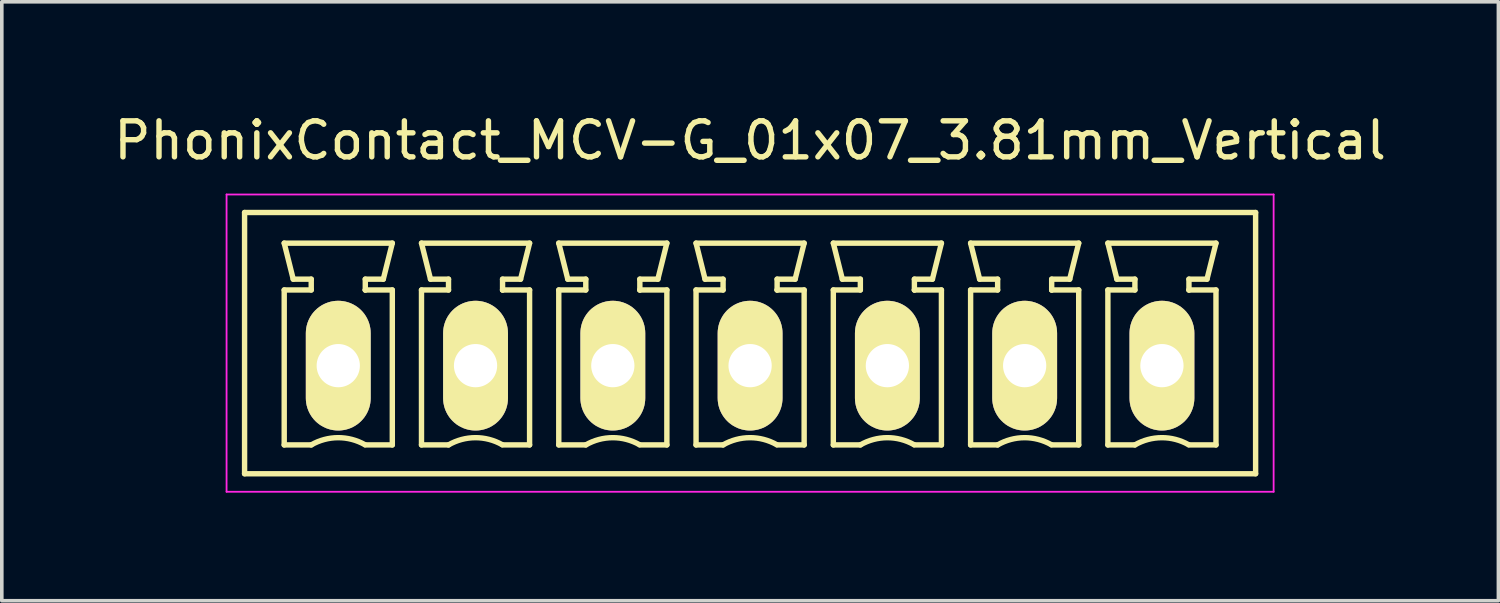
<source format=kicad_pcb>
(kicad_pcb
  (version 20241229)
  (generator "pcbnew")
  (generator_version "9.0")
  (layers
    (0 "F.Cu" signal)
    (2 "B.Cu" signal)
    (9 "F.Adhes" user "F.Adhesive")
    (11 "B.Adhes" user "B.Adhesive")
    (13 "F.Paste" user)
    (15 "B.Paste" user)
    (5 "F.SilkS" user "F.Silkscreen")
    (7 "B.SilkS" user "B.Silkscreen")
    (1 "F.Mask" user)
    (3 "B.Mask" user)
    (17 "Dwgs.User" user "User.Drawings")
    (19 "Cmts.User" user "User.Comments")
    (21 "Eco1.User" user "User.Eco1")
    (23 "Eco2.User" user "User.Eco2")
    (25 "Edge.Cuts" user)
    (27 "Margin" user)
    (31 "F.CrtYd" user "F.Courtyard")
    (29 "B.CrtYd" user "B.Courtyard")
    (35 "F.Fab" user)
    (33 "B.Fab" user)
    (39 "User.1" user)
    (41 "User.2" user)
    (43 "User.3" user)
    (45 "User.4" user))
  (footprint "PhonixContact_MCV-G_01x07_3.81mm_Vertical"
    (layer "F.Cu")
    (at 6.338 7.098)
    (property "Reference" "PhonixContact_MCV-G_01x07_3.81mm_Vertical" (at 11.43 -6.25 0) (layer "F.SilkS") (effects (font (size 1 1) (thickness 0.15))))
    (attr through_hole)
    (fp_line (start -2.6 -4.25) (end -2.6 3) (stroke (width 0.15) (type solid)) (layer "F.SilkS"))
    (fp_line (start -2.6 3) (end 25.46 3) (stroke (width 0.15) (type solid)) (layer "F.SilkS"))
    (fp_line (start -1.5 -3.4) (end 1.5 -3.4) (stroke (width 0.15) (type solid)) (layer "F.SilkS"))
    (fp_line (start -1.5 -2.1) (end -0.75 -2.1) (stroke (width 0.15) (type solid)) (layer "F.SilkS"))
    (fp_line (start -1.5 2.2) (end -1.5 -2.1) (stroke (width 0.15) (type solid)) (layer "F.SilkS"))
    (fp_line (start -1.25 -2.4) (end -1.5 -3.4) (stroke (width 0.15) (type solid)) (layer "F.SilkS"))
    (fp_line (start -0.75 -2.4) (end -1.25 -2.4) (stroke (width 0.15) (type solid)) (layer "F.SilkS"))
    (fp_line (start -0.75 -2.1) (end -0.75 -2.4) (stroke (width 0.15) (type solid)) (layer "F.SilkS"))
    (fp_line (start -0.75 2.2) (end -1.5 2.2) (stroke (width 0.15) (type solid)) (layer "F.SilkS"))
    (fp_line (start 0.75 -2.4) (end 0.75 -2.1) (stroke (width 0.15) (type solid)) (layer "F.SilkS"))
    (fp_line (start 0.75 -2.1) (end 0.75 -2.1) (stroke (width 0.15) (type solid)) (layer "F.SilkS"))
    (fp_line (start 0.75 -2.1) (end 1.5 -2.1) (stroke (width 0.15) (type solid)) (layer "F.SilkS"))
    (fp_line (start 1.25 -2.4) (end 0.75 -2.4) (stroke (width 0.15) (type solid)) (layer "F.SilkS"))
    (fp_line (start 1.5 -3.4) (end 1.25 -2.4) (stroke (width 0.15) (type solid)) (layer "F.SilkS"))
    (fp_line (start 1.5 -2.1) (end 1.5 2.2) (stroke (width 0.15) (type solid)) (layer "F.SilkS"))
    (fp_line (start 1.5 2.2) (end 0.75 2.2) (stroke (width 0.15) (type solid)) (layer "F.SilkS"))
    (fp_line (start 2.31 -3.4) (end 5.31 -3.4) (stroke (width 0.15) (type solid)) (layer "F.SilkS"))
    (fp_line (start 2.31 -2.1) (end 3.06 -2.1) (stroke (width 0.15) (type solid)) (layer "F.SilkS"))
    (fp_line (start 2.31 2.2) (end 2.31 -2.1) (stroke (width 0.15) (type solid)) (layer "F.SilkS"))
    (fp_line (start 2.56 -2.4) (end 2.31 -3.4) (stroke (width 0.15) (type solid)) (layer "F.SilkS"))
    (fp_line (start 3.06 -2.4) (end 2.56 -2.4) (stroke (width 0.15) (type solid)) (layer "F.SilkS"))
    (fp_line (start 3.06 -2.1) (end 3.06 -2.4) (stroke (width 0.15) (type solid)) (layer "F.SilkS"))
    (fp_line (start 3.06 2.2) (end 2.31 2.2) (stroke (width 0.15) (type solid)) (layer "F.SilkS"))
    (fp_line (start 4.56 -2.4) (end 4.56 -2.1) (stroke (width 0.15) (type solid)) (layer "F.SilkS"))
    (fp_line (start 4.56 -2.1) (end 4.56 -2.1) (stroke (width 0.15) (type solid)) (layer "F.SilkS"))
    (fp_line (start 4.56 -2.1) (end 5.31 -2.1) (stroke (width 0.15) (type solid)) (layer "F.SilkS"))
    (fp_line (start 5.06 -2.4) (end 4.56 -2.4) (stroke (width 0.15) (type solid)) (layer "F.SilkS"))
    (fp_line (start 5.31 -3.4) (end 5.06 -2.4) (stroke (width 0.15) (type solid)) (layer "F.SilkS"))
    (fp_line (start 5.31 -2.1) (end 5.31 2.2) (stroke (width 0.15) (type solid)) (layer "F.SilkS"))
    (fp_line (start 5.31 2.2) (end 4.56 2.2) (stroke (width 0.15) (type solid)) (layer "F.SilkS"))
    (fp_line (start 6.12 -3.4) (end 9.12 -3.4) (stroke (width 0.15) (type solid)) (layer "F.SilkS"))
    (fp_line (start 6.12 -2.1) (end 6.87 -2.1) (stroke (width 0.15) (type solid)) (layer "F.SilkS"))
    (fp_line (start 6.12 2.2) (end 6.12 -2.1) (stroke (width 0.15) (type solid)) (layer "F.SilkS"))
    (fp_line (start 6.37 -2.4) (end 6.12 -3.4) (stroke (width 0.15) (type solid)) (layer "F.SilkS"))
    (fp_line (start 6.87 -2.4) (end 6.37 -2.4) (stroke (width 0.15) (type solid)) (layer "F.SilkS"))
    (fp_line (start 6.87 -2.1) (end 6.87 -2.4) (stroke (width 0.15) (type solid)) (layer "F.SilkS"))
    (fp_line (start 6.87 2.2) (end 6.12 2.2) (stroke (width 0.15) (type solid)) (layer "F.SilkS"))
    (fp_line (start 8.37 -2.4) (end 8.37 -2.1) (stroke (width 0.15) (type solid)) (layer "F.SilkS"))
    (fp_line (start 8.37 -2.1) (end 8.37 -2.1) (stroke (width 0.15) (type solid)) (layer "F.SilkS"))
    (fp_line (start 8.37 -2.1) (end 9.12 -2.1) (stroke (width 0.15) (type solid)) (layer "F.SilkS"))
    (fp_line (start 8.87 -2.4) (end 8.37 -2.4) (stroke (width 0.15) (type solid)) (layer "F.SilkS"))
    (fp_line (start 9.12 -3.4) (end 8.87 -2.4) (stroke (width 0.15) (type solid)) (layer "F.SilkS"))
    (fp_line (start 9.12 -2.1) (end 9.12 2.2) (stroke (width 0.15) (type solid)) (layer "F.SilkS"))
    (fp_line (start 9.12 2.2) (end 8.37 2.2) (stroke (width 0.15) (type solid)) (layer "F.SilkS"))
    (fp_line (start 9.93 -3.4) (end 12.93 -3.4) (stroke (width 0.15) (type solid)) (layer "F.SilkS"))
    (fp_line (start 9.93 -2.1) (end 10.68 -2.1) (stroke (width 0.15) (type solid)) (layer "F.SilkS"))
    (fp_line (start 9.93 2.2) (end 9.93 -2.1) (stroke (width 0.15) (type solid)) (layer "F.SilkS"))
    (fp_line (start 10.18 -2.4) (end 9.93 -3.4) (stroke (width 0.15) (type solid)) (layer "F.SilkS"))
    (fp_line (start 10.68 -2.4) (end 10.18 -2.4) (stroke (width 0.15) (type solid)) (layer "F.SilkS"))
    (fp_line (start 10.68 -2.1) (end 10.68 -2.4) (stroke (width 0.15) (type solid)) (layer "F.SilkS"))
    (fp_line (start 10.68 2.2) (end 9.93 2.2) (stroke (width 0.15) (type solid)) (layer "F.SilkS"))
    (fp_line (start 12.18 -2.4) (end 12.18 -2.1) (stroke (width 0.15) (type solid)) (layer "F.SilkS"))
    (fp_line (start 12.18 -2.1) (end 12.18 -2.1) (stroke (width 0.15) (type solid)) (layer "F.SilkS"))
    (fp_line (start 12.18 -2.1) (end 12.93 -2.1) (stroke (width 0.15) (type solid)) (layer "F.SilkS"))
    (fp_line (start 12.68 -2.4) (end 12.18 -2.4) (stroke (width 0.15) (type solid)) (layer "F.SilkS"))
    (fp_line (start 12.93 -3.4) (end 12.68 -2.4) (stroke (width 0.15) (type solid)) (layer "F.SilkS"))
    (fp_line (start 12.93 -2.1) (end 12.93 2.2) (stroke (width 0.15) (type solid)) (layer "F.SilkS"))
    (fp_line (start 12.93 2.2) (end 12.18 2.2) (stroke (width 0.15) (type solid)) (layer "F.SilkS"))
    (fp_line (start 13.74 -3.4) (end 16.74 -3.4) (stroke (width 0.15) (type solid)) (layer "F.SilkS"))
    (fp_line (start 13.74 -2.1) (end 14.49 -2.1) (stroke (width 0.15) (type solid)) (layer "F.SilkS"))
    (fp_line (start 13.74 2.2) (end 13.74 -2.1) (stroke (width 0.15) (type solid)) (layer "F.SilkS"))
    (fp_line (start 13.99 -2.4) (end 13.74 -3.4) (stroke (width 0.15) (type solid)) (layer "F.SilkS"))
    (fp_line (start 14.49 -2.4) (end 13.99 -2.4) (stroke (width 0.15) (type solid)) (layer "F.SilkS"))
    (fp_line (start 14.49 -2.1) (end 14.49 -2.4) (stroke (width 0.15) (type solid)) (layer "F.SilkS"))
    (fp_line (start 14.49 2.2) (end 13.74 2.2) (stroke (width 0.15) (type solid)) (layer "F.SilkS"))
    (fp_line (start 15.99 -2.4) (end 15.99 -2.1) (stroke (width 0.15) (type solid)) (layer "F.SilkS"))
    (fp_line (start 15.99 -2.1) (end 15.99 -2.1) (stroke (width 0.15) (type solid)) (layer "F.SilkS"))
    (fp_line (start 15.99 -2.1) (end 16.74 -2.1) (stroke (width 0.15) (type solid)) (layer "F.SilkS"))
    (fp_line (start 16.49 -2.4) (end 15.99 -2.4) (stroke (width 0.15) (type solid)) (layer "F.SilkS"))
    (fp_line (start 16.74 -3.4) (end 16.49 -2.4) (stroke (width 0.15) (type solid)) (layer "F.SilkS"))
    (fp_line (start 16.74 -2.1) (end 16.74 2.2) (stroke (width 0.15) (type solid)) (layer "F.SilkS"))
    (fp_line (start 16.74 2.2) (end 15.99 2.2) (stroke (width 0.15) (type solid)) (layer "F.SilkS"))
    (fp_line (start 17.55 -3.4) (end 20.55 -3.4) (stroke (width 0.15) (type solid)) (layer "F.SilkS"))
    (fp_line (start 17.55 -2.1) (end 18.3 -2.1) (stroke (width 0.15) (type solid)) (layer "F.SilkS"))
    (fp_line (start 17.55 2.2) (end 17.55 -2.1) (stroke (width 0.15) (type solid)) (layer "F.SilkS"))
    (fp_line (start 17.8 -2.4) (end 17.55 -3.4) (stroke (width 0.15) (type solid)) (layer "F.SilkS"))
    (fp_line (start 18.3 -2.4) (end 17.8 -2.4) (stroke (width 0.15) (type solid)) (layer "F.SilkS"))
    (fp_line (start 18.3 -2.1) (end 18.3 -2.4) (stroke (width 0.15) (type solid)) (layer "F.SilkS"))
    (fp_line (start 18.3 2.2) (end 17.55 2.2) (stroke (width 0.15) (type solid)) (layer "F.SilkS"))
    (fp_line (start 19.8 -2.4) (end 19.8 -2.1) (stroke (width 0.15) (type solid)) (layer "F.SilkS"))
    (fp_line (start 19.8 -2.1) (end 19.8 -2.1) (stroke (width 0.15) (type solid)) (layer "F.SilkS"))
    (fp_line (start 19.8 -2.1) (end 20.55 -2.1) (stroke (width 0.15) (type solid)) (layer "F.SilkS"))
    (fp_line (start 20.3 -2.4) (end 19.8 -2.4) (stroke (width 0.15) (type solid)) (layer "F.SilkS"))
    (fp_line (start 20.55 -3.4) (end 20.3 -2.4) (stroke (width 0.15) (type solid)) (layer "F.SilkS"))
    (fp_line (start 20.55 -2.1) (end 20.55 2.2) (stroke (width 0.15) (type solid)) (layer "F.SilkS"))
    (fp_line (start 20.55 2.2) (end 19.8 2.2) (stroke (width 0.15) (type solid)) (layer "F.SilkS"))
    (fp_line (start 21.36 -3.4) (end 24.36 -3.4) (stroke (width 0.15) (type solid)) (layer "F.SilkS"))
    (fp_line (start 21.36 -2.1) (end 22.11 -2.1) (stroke (width 0.15) (type solid)) (layer "F.SilkS"))
    (fp_line (start 21.36 2.2) (end 21.36 -2.1) (stroke (width 0.15) (type solid)) (layer "F.SilkS"))
    (fp_line (start 21.61 -2.4) (end 21.36 -3.4) (stroke (width 0.15) (type solid)) (layer "F.SilkS"))
    (fp_line (start 22.11 -2.4) (end 21.61 -2.4) (stroke (width 0.15) (type solid)) (layer "F.SilkS"))
    (fp_line (start 22.11 -2.1) (end 22.11 -2.4) (stroke (width 0.15) (type solid)) (layer "F.SilkS"))
    (fp_line (start 22.11 2.2) (end 21.36 2.2) (stroke (width 0.15) (type solid)) (layer "F.SilkS"))
    (fp_line (start 23.61 -2.4) (end 23.61 -2.1) (stroke (width 0.15) (type solid)) (layer "F.SilkS"))
    (fp_line (start 23.61 -2.1) (end 23.61 -2.1) (stroke (width 0.15) (type solid)) (layer "F.SilkS"))
    (fp_line (start 23.61 -2.1) (end 24.36 -2.1) (stroke (width 0.15) (type solid)) (layer "F.SilkS"))
    (fp_line (start 24.11 -2.4) (end 23.61 -2.4) (stroke (width 0.15) (type solid)) (layer "F.SilkS"))
    (fp_line (start 24.36 -3.4) (end 24.11 -2.4) (stroke (width 0.15) (type solid)) (layer "F.SilkS"))
    (fp_line (start 24.36 -2.1) (end 24.36 2.2) (stroke (width 0.15) (type solid)) (layer "F.SilkS"))
    (fp_line (start 24.36 2.2) (end 23.61 2.2) (stroke (width 0.15) (type solid)) (layer "F.SilkS"))
    (fp_line (start 25.46 -4.25) (end -2.6 -4.25) (stroke (width 0.15) (type solid)) (layer "F.SilkS"))
    (fp_line (start 25.46 3) (end 25.46 -4.25) (stroke (width 0.15) (type solid)) (layer "F.SilkS"))
    (fp_arc (start -0.75 2.2) (mid -0.006068 1.999179) (end 0.739464 2.193978) (stroke (width 0.15) (type solid)) (layer "F.SilkS"))
    (fp_arc (start 3.06 2.2) (mid 3.803932 1.999179) (end 4.549464 2.193978) (stroke (width 0.15) (type solid)) (layer "F.SilkS"))
    (fp_arc (start 6.87 2.2) (mid 7.613932 1.999179) (end 8.359464 2.193978) (stroke (width 0.15) (type solid)) (layer "F.SilkS"))
    (fp_arc (start 10.68 2.2) (mid 11.423932 1.999179) (end 12.169464 2.193978) (stroke (width 0.15) (type solid)) (layer "F.SilkS"))
    (fp_arc (start 14.49 2.2) (mid 15.233932 1.999179) (end 15.979464 2.193978) (stroke (width 0.15) (type solid)) (layer "F.SilkS"))
    (fp_arc (start 18.3 2.2) (mid 19.043932 1.999179) (end 19.789464 2.193978) (stroke (width 0.15) (type solid)) (layer "F.SilkS"))
    (fp_arc (start 22.11 2.2) (mid 22.853932 1.999179) (end 23.599464 2.193978) (stroke (width 0.15) (type solid)) (layer "F.SilkS"))
    (fp_line (start -3.1 -4.75) (end -3.1 3.5) (stroke (width 0.05) (type solid)) (layer "F.CrtYd"))
    (fp_line (start -3.1 3.5) (end 25.96 3.5) (stroke (width 0.05) (type solid)) (layer "F.CrtYd"))
    (fp_line (start 25.96 -4.75) (end -3.1 -4.75) (stroke (width 0.05) (type solid)) (layer "F.CrtYd"))
    (fp_line (start 25.96 3.5) (end 25.96 -4.75) (stroke (width 0.05) (type solid)) (layer "F.CrtYd"))
    (pad "1" thru_hole oval (at 0 0) (size 1.8 3.6) (drill 1.2) (layers "*.Cu" "*.Mask" "F.SilkS"))
    (pad "2" thru_hole oval (at 3.81 0) (size 1.8 3.6) (drill 1.2) (layers "*.Cu" "*.Mask" "F.SilkS"))
    (pad "3" thru_hole oval (at 7.62 0) (size 1.8 3.6) (drill 1.2) (layers "*.Cu" "*.Mask" "F.SilkS"))
    (pad "4" thru_hole oval (at 11.43 0) (size 1.8 3.6) (drill 1.2) (layers "*.Cu" "*.Mask" "F.SilkS"))
    (pad "5" thru_hole oval (at 15.24 0) (size 1.8 3.6) (drill 1.2) (layers "*.Cu" "*.Mask" "F.SilkS"))
    (pad "6" thru_hole oval (at 19.05 0) (size 1.8 3.6) (drill 1.2) (layers "*.Cu" "*.Mask" "F.SilkS"))
    (pad "7" thru_hole oval (at 22.86 0) (size 1.8 3.6) (drill 1.2) (layers "*.Cu" "*.Mask" "F.SilkS")))
  (gr_rect
    (start -3 -3)
    (end 38.536 13.623)
    (stroke (width 0.1) (type default))
    (fill no)
    (layer "Edge.Cuts")))
</source>
